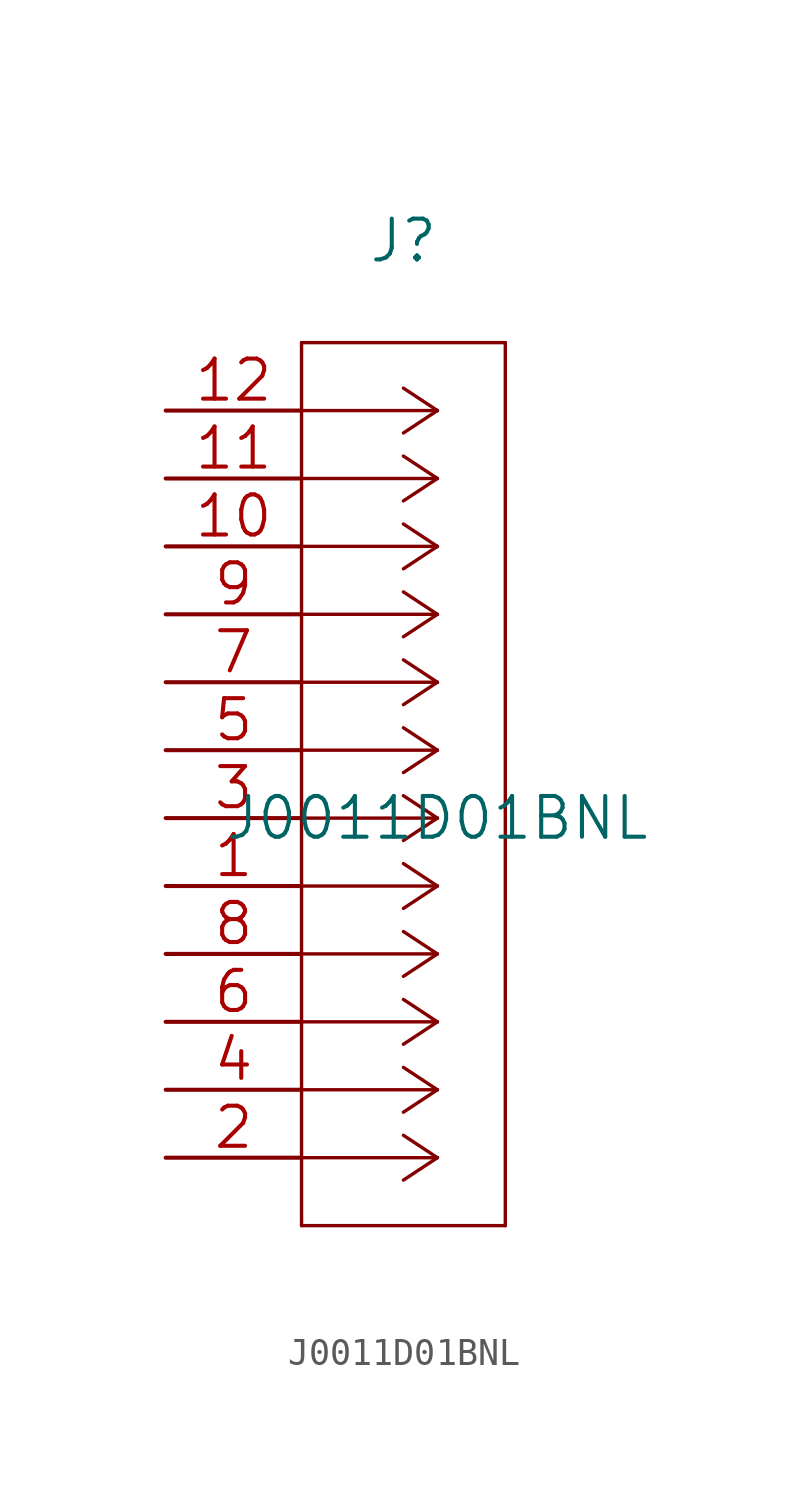
<source format=kicad_sym>
(kicad_symbol_lib
  (version 20220914)
  (generator kicad_symbol_editor)
  (symbol "J0011D01BNL"
    (pin_names
      (offset 0.254) hide)
    (property "Reference" "J"
      (at 8.89 6.35 0)
      (effects (font (size 1.524 1.524))))
    (property "Value" "J0011D01BNL"
      (at 10.16 -15.24 0)
      (effects (font (size 1.524 1.524))))
    (property "Datasheet" ""
      (at 0 0 0)
      (effects (font (size 1.524 1.524))))
    (property "ki_locked" ""
      (at 0 0 0)
      (effects (font (size 1.27 1.27))))
    (symbol "J0011D01BNL_1_1"
      (polyline (pts (xy 5.08 -30.48) (xy 12.7 -30.48)) (stroke (width 0.127) (type solid)) (fill (type none)))
      (polyline (pts (xy 5.08 2.54) (xy 5.08 -30.48)) (stroke (width 0.127) (type solid)) (fill (type none)))
      (polyline (pts (xy 10.16 -27.94) (xy 5.08 -27.94)) (stroke (width 0.127) (type solid)) (fill (type none)))
      (polyline (pts (xy 10.16 -27.94) (xy 8.89 -28.778)) (stroke (width 0.127) (type solid)) (fill (type none)))
      (polyline (pts (xy 10.16 -27.94) (xy 8.89 -27.102)) (stroke (width 0.127) (type solid)) (fill (type none)))
      (polyline (pts (xy 10.16 -25.4) (xy 5.08 -25.4)) (stroke (width 0.127) (type solid)) (fill (type none)))
      (polyline (pts (xy 10.16 -25.4) (xy 8.89 -26.238)) (stroke (width 0.127) (type solid)) (fill (type none)))
      (polyline (pts (xy 10.16 -25.4) (xy 8.89 -24.562)) (stroke (width 0.127) (type solid)) (fill (type none)))
      (polyline (pts (xy 10.16 -22.86) (xy 5.08 -22.86)) (stroke (width 0.127) (type solid)) (fill (type none)))
      (polyline (pts (xy 10.16 -22.86) (xy 8.89 -23.698)) (stroke (width 0.127) (type solid)) (fill (type none)))
      (polyline (pts (xy 10.16 -22.86) (xy 8.89 -22.022)) (stroke (width 0.127) (type solid)) (fill (type none)))
      (polyline (pts (xy 10.16 -20.32) (xy 5.08 -20.32)) (stroke (width 0.127) (type solid)) (fill (type none)))
      (polyline (pts (xy 10.16 -20.32) (xy 8.89 -21.158)) (stroke (width 0.127) (type solid)) (fill (type none)))
      (polyline (pts (xy 10.16 -20.32) (xy 8.89 -19.482)) (stroke (width 0.127) (type solid)) (fill (type none)))
      (polyline (pts (xy 10.16 -17.78) (xy 5.08 -17.78)) (stroke (width 0.127) (type solid)) (fill (type none)))
      (polyline (pts (xy 10.16 -17.78) (xy 8.89 -18.618)) (stroke (width 0.127) (type solid)) (fill (type none)))
      (polyline (pts (xy 10.16 -17.78) (xy 8.89 -16.942)) (stroke (width 0.127) (type solid)) (fill (type none)))
      (polyline (pts (xy 10.16 -15.24) (xy 5.08 -15.24)) (stroke (width 0.127) (type solid)) (fill (type none)))
      (polyline (pts (xy 10.16 -15.24) (xy 8.89 -16.078)) (stroke (width 0.127) (type solid)) (fill (type none)))
      (polyline (pts (xy 10.16 -15.24) (xy 8.89 -14.402)) (stroke (width 0.127) (type solid)) (fill (type none)))
      (polyline (pts (xy 10.16 -12.7) (xy 5.08 -12.7)) (stroke (width 0.127) (type solid)) (fill (type none)))
      (polyline (pts (xy 10.16 -12.7) (xy 8.89 -13.538)) (stroke (width 0.127) (type solid)) (fill (type none)))
      (polyline (pts (xy 10.16 -12.7) (xy 8.89 -11.862)) (stroke (width 0.127) (type solid)) (fill (type none)))
      (polyline (pts (xy 10.16 -10.16) (xy 5.08 -10.16)) (stroke (width 0.127) (type solid)) (fill (type none)))
      (polyline (pts (xy 10.16 -10.16) (xy 8.89 -10.998)) (stroke (width 0.127) (type solid)) (fill (type none)))
      (polyline (pts (xy 10.16 -10.16) (xy 8.89 -9.322)) (stroke (width 0.127) (type solid)) (fill (type none)))
      (polyline (pts (xy 10.16 -7.62) (xy 5.08 -7.62)) (stroke (width 0.127) (type solid)) (fill (type none)))
      (polyline (pts (xy 10.16 -7.62) (xy 8.89 -8.458)) (stroke (width 0.127) (type solid)) (fill (type none)))
      (polyline (pts (xy 10.16 -7.62) (xy 8.89 -6.782)) (stroke (width 0.127) (type solid)) (fill (type none)))
      (polyline (pts (xy 10.16 -5.08) (xy 5.08 -5.08)) (stroke (width 0.127) (type solid)) (fill (type none)))
      (polyline (pts (xy 10.16 -5.08) (xy 8.89 -5.918)) (stroke (width 0.127) (type solid)) (fill (type none)))
      (polyline (pts (xy 10.16 -5.08) (xy 8.89 -4.242)) (stroke (width 0.127) (type solid)) (fill (type none)))
      (polyline (pts (xy 10.16 -2.54) (xy 5.08 -2.54)) (stroke (width 0.127) (type solid)) (fill (type none)))
      (polyline (pts (xy 10.16 -2.54) (xy 8.89 -3.378)) (stroke (width 0.127) (type solid)) (fill (type none)))
      (polyline (pts (xy 10.16 -2.54) (xy 8.89 -1.702)) (stroke (width 0.127) (type solid)) (fill (type none)))
      (polyline (pts (xy 10.16 0) (xy 5.08 0)) (stroke (width 0.127) (type solid)) (fill (type none)))
      (polyline (pts (xy 10.16 0) (xy 8.89 -0.838)) (stroke (width 0.127) (type solid)) (fill (type none)))
      (polyline (pts (xy 10.16 0) (xy 8.89 0.838)) (stroke (width 0.127) (type solid)) (fill (type none)))
      (polyline (pts (xy 12.7 -30.48) (xy 12.7 2.54)) (stroke (width 0.127) (type solid)) (fill (type none)))
      (polyline (pts (xy 12.7 2.54) (xy 5.08 2.54)) (stroke (width 0.127) (type solid)) (fill (type none)))
      (pin unspecified line (at 0 -17.78 0) (length 5.08) (name "1" (effects (font (size 1.499 1.499)))) (number "1" (effects (font (size 1.499 1.499)))))
      (pin unspecified line (at 0 -5.08 0) (length 5.08) (name "10" (effects (font (size 1.499 1.499)))) (number "10" (effects (font (size 1.499 1.499)))))
      (pin unspecified line (at 0 -2.54 0) (length 5.08) (name "11" (effects (font (size 1.499 1.499)))) (number "11" (effects (font (size 1.499 1.499)))))
      (pin unspecified line (at 0 0 0) (length 5.08) (name "12" (effects (font (size 1.499 1.499)))) (number "12" (effects (font (size 1.499 1.499)))))
      (pin unspecified line (at 0 -27.94 0) (length 5.08) (name "2" (effects (font (size 1.499 1.499)))) (number "2" (effects (font (size 1.499 1.499)))))
      (pin unspecified line (at 0 -15.24 0) (length 5.08) (name "3" (effects (font (size 1.499 1.499)))) (number "3" (effects (font (size 1.499 1.499)))))
      (pin unspecified line (at 0 -25.4 0) (length 5.08) (name "4" (effects (font (size 1.499 1.499)))) (number "4" (effects (font (size 1.499 1.499)))))
      (pin unspecified line (at 0 -12.7 0) (length 5.08) (name "5" (effects (font (size 1.499 1.499)))) (number "5" (effects (font (size 1.499 1.499)))))
      (pin unspecified line (at 0 -22.86 0) (length 5.08) (name "6" (effects (font (size 1.499 1.499)))) (number "6" (effects (font (size 1.499 1.499)))))
      (pin unspecified line (at 0 -10.16 0) (length 5.08) (name "7" (effects (font (size 1.499 1.499)))) (number "7" (effects (font (size 1.499 1.499)))))
      (pin unspecified line (at 0 -20.32 0) (length 5.08) (name "8" (effects (font (size 1.499 1.499)))) (number "8" (effects (font (size 1.499 1.499)))))
      (pin unspecified line (at 0 -7.62 0) (length 5.08) (name "9" (effects (font (size 1.499 1.499)))) (number "9" (effects (font (size 1.499 1.499))))))))
</source>
